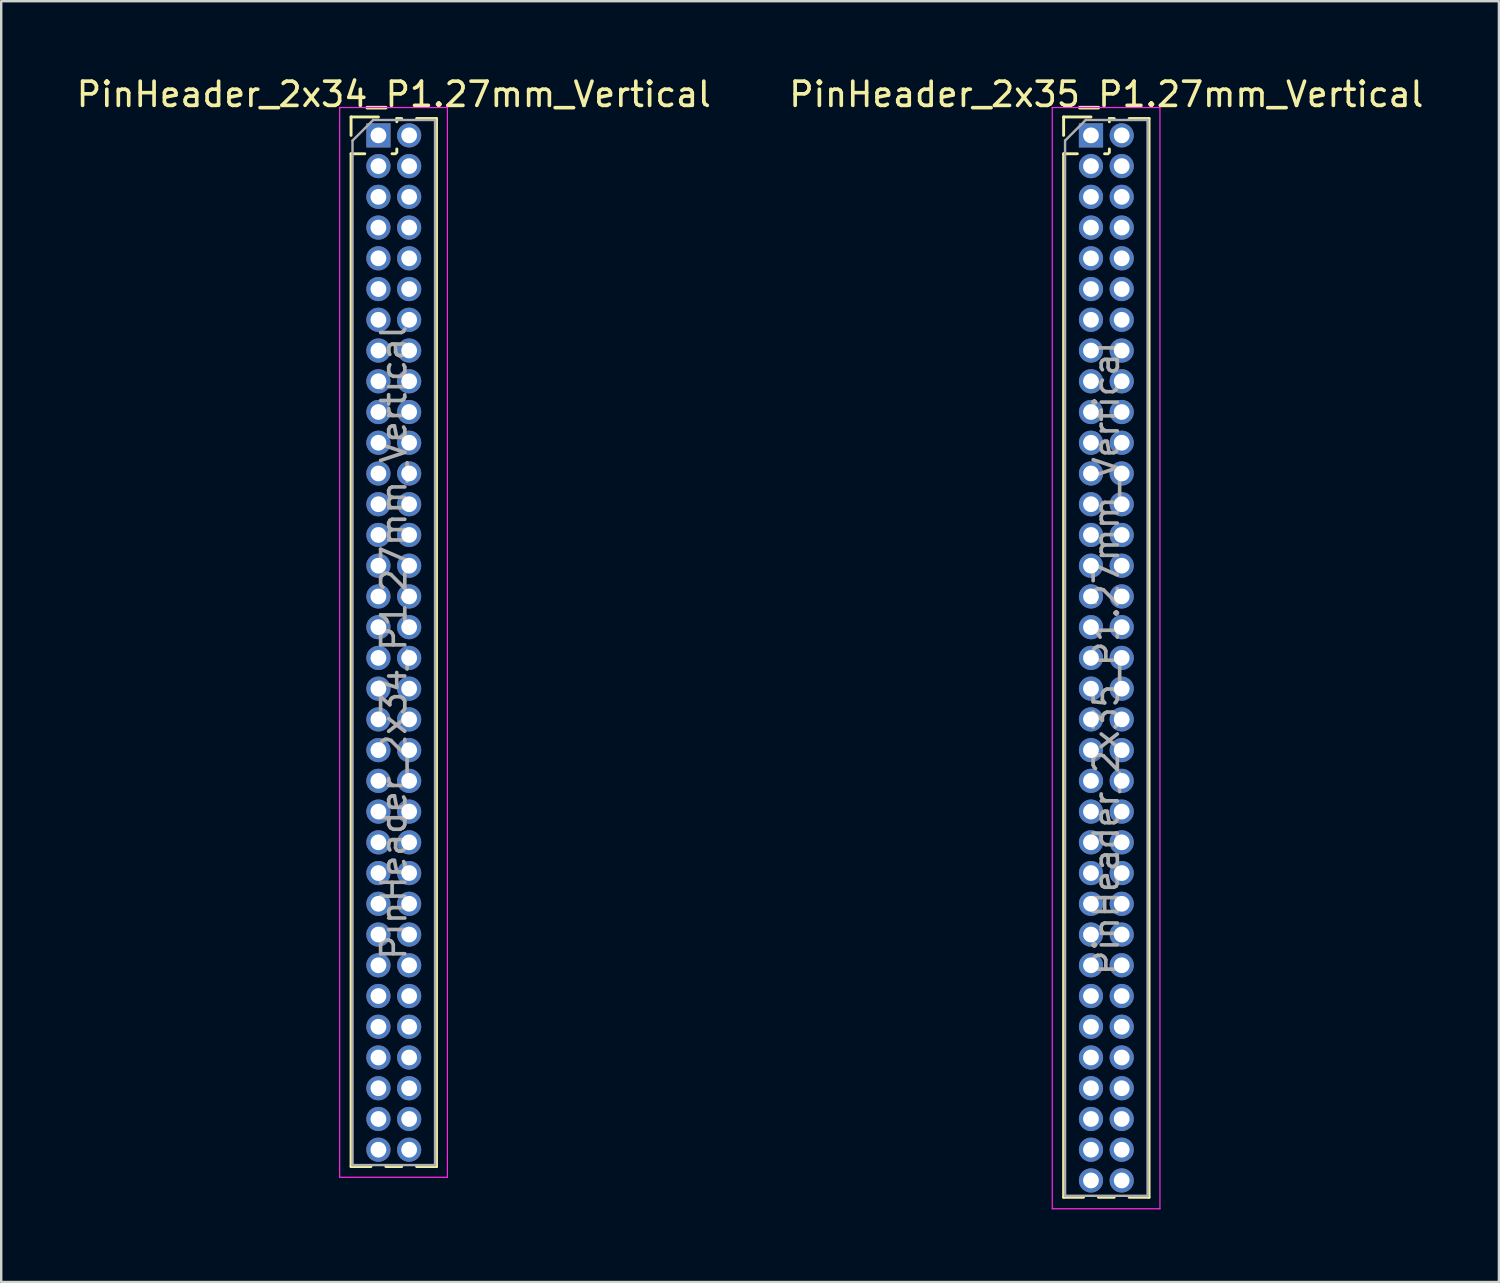
<source format=kicad_pcb>
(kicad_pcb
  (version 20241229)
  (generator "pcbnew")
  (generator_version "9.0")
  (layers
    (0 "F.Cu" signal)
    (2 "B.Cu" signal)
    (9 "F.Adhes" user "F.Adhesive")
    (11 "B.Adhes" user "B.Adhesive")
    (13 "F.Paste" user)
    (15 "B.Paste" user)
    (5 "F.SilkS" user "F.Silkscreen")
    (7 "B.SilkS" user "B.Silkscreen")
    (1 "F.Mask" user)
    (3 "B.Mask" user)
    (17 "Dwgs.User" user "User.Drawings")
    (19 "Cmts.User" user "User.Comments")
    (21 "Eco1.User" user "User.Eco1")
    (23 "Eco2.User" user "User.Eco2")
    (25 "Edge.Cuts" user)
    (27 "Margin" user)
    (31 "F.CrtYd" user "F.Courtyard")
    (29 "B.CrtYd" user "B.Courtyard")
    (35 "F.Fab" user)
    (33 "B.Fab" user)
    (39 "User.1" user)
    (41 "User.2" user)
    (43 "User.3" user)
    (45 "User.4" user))
  (footprint "PinHeader_2x34_P1.27mm_Vertical"
    (layer "F.Cu")
    (at 12.585 2.543)
    (property "Reference" "PinHeader_2x34_P1.27mm_Vertical" (at 0.635 -1.695 0) (layer "F.SilkS") (effects (font (size 1 1) (thickness 0.15))))
    (attr through_hole)
    (fp_line (start -1.13 -0.76) (end 0 -0.76) (stroke (width 0.12) (type solid)) (layer "F.SilkS"))
    (fp_line (start -1.13 0) (end -1.13 -0.76) (stroke (width 0.12) (type solid)) (layer "F.SilkS"))
    (fp_line (start -1.13 0.76) (end -1.13 42.605) (stroke (width 0.12) (type solid)) (layer "F.SilkS"))
    (fp_line (start -1.13 0.76) (end -0.563 0.76) (stroke (width 0.12) (type solid)) (layer "F.SilkS"))
    (fp_line (start -1.13 42.605) (end -0.308 42.605) (stroke (width 0.12) (type solid)) (layer "F.SilkS"))
    (fp_line (start 0.308 42.605) (end 0.962 42.605) (stroke (width 0.12) (type solid)) (layer "F.SilkS"))
    (fp_line (start 0.563 0.76) (end 0.707 0.76) (stroke (width 0.12) (type solid)) (layer "F.SilkS"))
    (fp_line (start 0.76 -0.695) (end 0.962 -0.695) (stroke (width 0.12) (type solid)) (layer "F.SilkS"))
    (fp_line (start 0.76 -0.563) (end 0.76 -0.695) (stroke (width 0.12) (type solid)) (layer "F.SilkS"))
    (fp_line (start 0.76 0.707) (end 0.76 0.563) (stroke (width 0.12) (type solid)) (layer "F.SilkS"))
    (fp_line (start 1.578 -0.695) (end 2.4 -0.695) (stroke (width 0.12) (type solid)) (layer "F.SilkS"))
    (fp_line (start 1.578 42.605) (end 2.4 42.605) (stroke (width 0.12) (type solid)) (layer "F.SilkS"))
    (fp_line (start 2.4 -0.695) (end 2.4 42.605) (stroke (width 0.12) (type solid)) (layer "F.SilkS"))
    (fp_line (start -1.6 -1.15) (end -1.6 43.05) (stroke (width 0.05) (type solid)) (layer "F.CrtYd"))
    (fp_line (start -1.6 43.05) (end 2.85 43.05) (stroke (width 0.05) (type solid)) (layer "F.CrtYd"))
    (fp_line (start 2.85 -1.15) (end -1.6 -1.15) (stroke (width 0.05) (type solid)) (layer "F.CrtYd"))
    (fp_line (start 2.85 43.05) (end 2.85 -1.15) (stroke (width 0.05) (type solid)) (layer "F.CrtYd"))
    (fp_line (start -1.07 0.217) (end -0.217 -0.635) (stroke (width 0.1) (type solid)) (layer "F.Fab"))
    (fp_line (start -1.07 42.545) (end -1.07 0.217) (stroke (width 0.1) (type solid)) (layer "F.Fab"))
    (fp_line (start -0.217 -0.635) (end 2.34 -0.635) (stroke (width 0.1) (type solid)) (layer "F.Fab"))
    (fp_line (start 2.34 -0.635) (end 2.34 42.545) (stroke (width 0.1) (type solid)) (layer "F.Fab"))
    (fp_line (start 2.34 42.545) (end -1.07 42.545) (stroke (width 0.1) (type solid)) (layer "F.Fab"))
    (fp_text user "${REFERENCE}" (at 0.635 20.955 90) (layer "F.Fab") (effects (font (size 1 1) (thickness 0.15))))
    (pad "1" thru_hole rect (at 0 0) (size 1 1) (drill 0.65) (layers "*.Cu" "*.Mask"))
    (pad "2" thru_hole oval (at 1.27 0) (size 1 1) (drill 0.65) (layers "*.Cu" "*.Mask"))
    (pad "3" thru_hole oval (at 0 1.27) (size 1 1) (drill 0.65) (layers "*.Cu" "*.Mask"))
    (pad "4" thru_hole oval (at 1.27 1.27) (size 1 1) (drill 0.65) (layers "*.Cu" "*.Mask"))
    (pad "5" thru_hole oval (at 0 2.54) (size 1 1) (drill 0.65) (layers "*.Cu" "*.Mask"))
    (pad "6" thru_hole oval (at 1.27 2.54) (size 1 1) (drill 0.65) (layers "*.Cu" "*.Mask"))
    (pad "7" thru_hole oval (at 0 3.81) (size 1 1) (drill 0.65) (layers "*.Cu" "*.Mask"))
    (pad "8" thru_hole oval (at 1.27 3.81) (size 1 1) (drill 0.65) (layers "*.Cu" "*.Mask"))
    (pad "9" thru_hole oval (at 0 5.08) (size 1 1) (drill 0.65) (layers "*.Cu" "*.Mask"))
    (pad "10" thru_hole oval (at 1.27 5.08) (size 1 1) (drill 0.65) (layers "*.Cu" "*.Mask"))
    (pad "11" thru_hole oval (at 0 6.35) (size 1 1) (drill 0.65) (layers "*.Cu" "*.Mask"))
    (pad "12" thru_hole oval (at 1.27 6.35) (size 1 1) (drill 0.65) (layers "*.Cu" "*.Mask"))
    (pad "13" thru_hole oval (at 0 7.62) (size 1 1) (drill 0.65) (layers "*.Cu" "*.Mask"))
    (pad "14" thru_hole oval (at 1.27 7.62) (size 1 1) (drill 0.65) (layers "*.Cu" "*.Mask"))
    (pad "15" thru_hole oval (at 0 8.89) (size 1 1) (drill 0.65) (layers "*.Cu" "*.Mask"))
    (pad "16" thru_hole oval (at 1.27 8.89) (size 1 1) (drill 0.65) (layers "*.Cu" "*.Mask"))
    (pad "17" thru_hole oval (at 0 10.16) (size 1 1) (drill 0.65) (layers "*.Cu" "*.Mask"))
    (pad "18" thru_hole oval (at 1.27 10.16) (size 1 1) (drill 0.65) (layers "*.Cu" "*.Mask"))
    (pad "19" thru_hole oval (at 0 11.43) (size 1 1) (drill 0.65) (layers "*.Cu" "*.Mask"))
    (pad "20" thru_hole oval (at 1.27 11.43) (size 1 1) (drill 0.65) (layers "*.Cu" "*.Mask"))
    (pad "21" thru_hole oval (at 0 12.7) (size 1 1) (drill 0.65) (layers "*.Cu" "*.Mask"))
    (pad "22" thru_hole oval (at 1.27 12.7) (size 1 1) (drill 0.65) (layers "*.Cu" "*.Mask"))
    (pad "23" thru_hole oval (at 0 13.97) (size 1 1) (drill 0.65) (layers "*.Cu" "*.Mask"))
    (pad "24" thru_hole oval (at 1.27 13.97) (size 1 1) (drill 0.65) (layers "*.Cu" "*.Mask"))
    (pad "25" thru_hole oval (at 0 15.24) (size 1 1) (drill 0.65) (layers "*.Cu" "*.Mask"))
    (pad "26" thru_hole oval (at 1.27 15.24) (size 1 1) (drill 0.65) (layers "*.Cu" "*.Mask"))
    (pad "27" thru_hole oval (at 0 16.51) (size 1 1) (drill 0.65) (layers "*.Cu" "*.Mask"))
    (pad "28" thru_hole oval (at 1.27 16.51) (size 1 1) (drill 0.65) (layers "*.Cu" "*.Mask"))
    (pad "29" thru_hole oval (at 0 17.78) (size 1 1) (drill 0.65) (layers "*.Cu" "*.Mask"))
    (pad "30" thru_hole oval (at 1.27 17.78) (size 1 1) (drill 0.65) (layers "*.Cu" "*.Mask"))
    (pad "31" thru_hole oval (at 0 19.05) (size 1 1) (drill 0.65) (layers "*.Cu" "*.Mask"))
    (pad "32" thru_hole oval (at 1.27 19.05) (size 1 1) (drill 0.65) (layers "*.Cu" "*.Mask"))
    (pad "33" thru_hole oval (at 0 20.32) (size 1 1) (drill 0.65) (layers "*.Cu" "*.Mask"))
    (pad "34" thru_hole oval (at 1.27 20.32) (size 1 1) (drill 0.65) (layers "*.Cu" "*.Mask"))
    (pad "35" thru_hole oval (at 0 21.59) (size 1 1) (drill 0.65) (layers "*.Cu" "*.Mask"))
    (pad "36" thru_hole oval (at 1.27 21.59) (size 1 1) (drill 0.65) (layers "*.Cu" "*.Mask"))
    (pad "37" thru_hole oval (at 0 22.86) (size 1 1) (drill 0.65) (layers "*.Cu" "*.Mask"))
    (pad "38" thru_hole oval (at 1.27 22.86) (size 1 1) (drill 0.65) (layers "*.Cu" "*.Mask"))
    (pad "39" thru_hole oval (at 0 24.13) (size 1 1) (drill 0.65) (layers "*.Cu" "*.Mask"))
    (pad "40" thru_hole oval (at 1.27 24.13) (size 1 1) (drill 0.65) (layers "*.Cu" "*.Mask"))
    (pad "41" thru_hole oval (at 0 25.4) (size 1 1) (drill 0.65) (layers "*.Cu" "*.Mask"))
    (pad "42" thru_hole oval (at 1.27 25.4) (size 1 1) (drill 0.65) (layers "*.Cu" "*.Mask"))
    (pad "43" thru_hole oval (at 0 26.67) (size 1 1) (drill 0.65) (layers "*.Cu" "*.Mask"))
    (pad "44" thru_hole oval (at 1.27 26.67) (size 1 1) (drill 0.65) (layers "*.Cu" "*.Mask"))
    (pad "45" thru_hole oval (at 0 27.94) (size 1 1) (drill 0.65) (layers "*.Cu" "*.Mask"))
    (pad "46" thru_hole oval (at 1.27 27.94) (size 1 1) (drill 0.65) (layers "*.Cu" "*.Mask"))
    (pad "47" thru_hole oval (at 0 29.21) (size 1 1) (drill 0.65) (layers "*.Cu" "*.Mask"))
    (pad "48" thru_hole oval (at 1.27 29.21) (size 1 1) (drill 0.65) (layers "*.Cu" "*.Mask"))
    (pad "49" thru_hole oval (at 0 30.48) (size 1 1) (drill 0.65) (layers "*.Cu" "*.Mask"))
    (pad "50" thru_hole oval (at 1.27 30.48) (size 1 1) (drill 0.65) (layers "*.Cu" "*.Mask"))
    (pad "51" thru_hole oval (at 0 31.75) (size 1 1) (drill 0.65) (layers "*.Cu" "*.Mask"))
    (pad "52" thru_hole oval (at 1.27 31.75) (size 1 1) (drill 0.65) (layers "*.Cu" "*.Mask"))
    (pad "53" thru_hole oval (at 0 33.02) (size 1 1) (drill 0.65) (layers "*.Cu" "*.Mask"))
    (pad "54" thru_hole oval (at 1.27 33.02) (size 1 1) (drill 0.65) (layers "*.Cu" "*.Mask"))
    (pad "55" thru_hole oval (at 0 34.29) (size 1 1) (drill 0.65) (layers "*.Cu" "*.Mask"))
    (pad "56" thru_hole oval (at 1.27 34.29) (size 1 1) (drill 0.65) (layers "*.Cu" "*.Mask"))
    (pad "57" thru_hole oval (at 0 35.56) (size 1 1) (drill 0.65) (layers "*.Cu" "*.Mask"))
    (pad "58" thru_hole oval (at 1.27 35.56) (size 1 1) (drill 0.65) (layers "*.Cu" "*.Mask"))
    (pad "59" thru_hole oval (at 0 36.83) (size 1 1) (drill 0.65) (layers "*.Cu" "*.Mask"))
    (pad "60" thru_hole oval (at 1.27 36.83) (size 1 1) (drill 0.65) (layers "*.Cu" "*.Mask"))
    (pad "61" thru_hole oval (at 0 38.1) (size 1 1) (drill 0.65) (layers "*.Cu" "*.Mask"))
    (pad "62" thru_hole oval (at 1.27 38.1) (size 1 1) (drill 0.65) (layers "*.Cu" "*.Mask"))
    (pad "63" thru_hole oval (at 0 39.37) (size 1 1) (drill 0.65) (layers "*.Cu" "*.Mask"))
    (pad "64" thru_hole oval (at 1.27 39.37) (size 1 1) (drill 0.65) (layers "*.Cu" "*.Mask"))
    (pad "65" thru_hole oval (at 0 40.64) (size 1 1) (drill 0.65) (layers "*.Cu" "*.Mask"))
    (pad "66" thru_hole oval (at 1.27 40.64) (size 1 1) (drill 0.65) (layers "*.Cu" "*.Mask"))
    (pad "67" thru_hole oval (at 0 41.91) (size 1 1) (drill 0.65) (layers "*.Cu" "*.Mask"))
    (pad "68" thru_hole oval (at 1.27 41.91) (size 1 1) (drill 0.65) (layers "*.Cu" "*.Mask")))
  (footprint "PinHeader_2x35_P1.27mm_Vertical"
    (layer "F.Cu")
    (at 42.026 2.543)
    (property "Reference" "PinHeader_2x35_P1.27mm_Vertical" (at 0.635 -1.695 0) (layer "F.SilkS") (effects (font (size 1 1) (thickness 0.15))))
    (attr through_hole)
    (fp_line (start -1.13 -0.76) (end 0 -0.76) (stroke (width 0.12) (type solid)) (layer "F.SilkS"))
    (fp_line (start -1.13 0) (end -1.13 -0.76) (stroke (width 0.12) (type solid)) (layer "F.SilkS"))
    (fp_line (start -1.13 0.76) (end -1.13 43.875) (stroke (width 0.12) (type solid)) (layer "F.SilkS"))
    (fp_line (start -1.13 0.76) (end -0.563 0.76) (stroke (width 0.12) (type solid)) (layer "F.SilkS"))
    (fp_line (start -1.13 43.875) (end -0.308 43.875) (stroke (width 0.12) (type solid)) (layer "F.SilkS"))
    (fp_line (start 0.308 43.875) (end 0.962 43.875) (stroke (width 0.12) (type solid)) (layer "F.SilkS"))
    (fp_line (start 0.563 0.76) (end 0.707 0.76) (stroke (width 0.12) (type solid)) (layer "F.SilkS"))
    (fp_line (start 0.76 -0.695) (end 0.962 -0.695) (stroke (width 0.12) (type solid)) (layer "F.SilkS"))
    (fp_line (start 0.76 -0.563) (end 0.76 -0.695) (stroke (width 0.12) (type solid)) (layer "F.SilkS"))
    (fp_line (start 0.76 0.707) (end 0.76 0.563) (stroke (width 0.12) (type solid)) (layer "F.SilkS"))
    (fp_line (start 1.578 -0.695) (end 2.4 -0.695) (stroke (width 0.12) (type solid)) (layer "F.SilkS"))
    (fp_line (start 1.578 43.875) (end 2.4 43.875) (stroke (width 0.12) (type solid)) (layer "F.SilkS"))
    (fp_line (start 2.4 -0.695) (end 2.4 43.875) (stroke (width 0.12) (type solid)) (layer "F.SilkS"))
    (fp_line (start -1.6 -1.15) (end -1.6 44.35) (stroke (width 0.05) (type solid)) (layer "F.CrtYd"))
    (fp_line (start -1.6 44.35) (end 2.85 44.35) (stroke (width 0.05) (type solid)) (layer "F.CrtYd"))
    (fp_line (start 2.85 -1.15) (end -1.6 -1.15) (stroke (width 0.05) (type solid)) (layer "F.CrtYd"))
    (fp_line (start 2.85 44.35) (end 2.85 -1.15) (stroke (width 0.05) (type solid)) (layer "F.CrtYd"))
    (fp_line (start -1.07 0.217) (end -0.217 -0.635) (stroke (width 0.1) (type solid)) (layer "F.Fab"))
    (fp_line (start -1.07 43.815) (end -1.07 0.217) (stroke (width 0.1) (type solid)) (layer "F.Fab"))
    (fp_line (start -0.217 -0.635) (end 2.34 -0.635) (stroke (width 0.1) (type solid)) (layer "F.Fab"))
    (fp_line (start 2.34 -0.635) (end 2.34 43.815) (stroke (width 0.1) (type solid)) (layer "F.Fab"))
    (fp_line (start 2.34 43.815) (end -1.07 43.815) (stroke (width 0.1) (type solid)) (layer "F.Fab"))
    (fp_text user "${REFERENCE}" (at 0.635 21.59 90) (layer "F.Fab") (effects (font (size 1 1) (thickness 0.15))))
    (pad "1" thru_hole rect (at 0 0) (size 1 1) (drill 0.65) (layers "*.Cu" "*.Mask"))
    (pad "2" thru_hole oval (at 1.27 0) (size 1 1) (drill 0.65) (layers "*.Cu" "*.Mask"))
    (pad "3" thru_hole oval (at 0 1.27) (size 1 1) (drill 0.65) (layers "*.Cu" "*.Mask"))
    (pad "4" thru_hole oval (at 1.27 1.27) (size 1 1) (drill 0.65) (layers "*.Cu" "*.Mask"))
    (pad "5" thru_hole oval (at 0 2.54) (size 1 1) (drill 0.65) (layers "*.Cu" "*.Mask"))
    (pad "6" thru_hole oval (at 1.27 2.54) (size 1 1) (drill 0.65) (layers "*.Cu" "*.Mask"))
    (pad "7" thru_hole oval (at 0 3.81) (size 1 1) (drill 0.65) (layers "*.Cu" "*.Mask"))
    (pad "8" thru_hole oval (at 1.27 3.81) (size 1 1) (drill 0.65) (layers "*.Cu" "*.Mask"))
    (pad "9" thru_hole oval (at 0 5.08) (size 1 1) (drill 0.65) (layers "*.Cu" "*.Mask"))
    (pad "10" thru_hole oval (at 1.27 5.08) (size 1 1) (drill 0.65) (layers "*.Cu" "*.Mask"))
    (pad "11" thru_hole oval (at 0 6.35) (size 1 1) (drill 0.65) (layers "*.Cu" "*.Mask"))
    (pad "12" thru_hole oval (at 1.27 6.35) (size 1 1) (drill 0.65) (layers "*.Cu" "*.Mask"))
    (pad "13" thru_hole oval (at 0 7.62) (size 1 1) (drill 0.65) (layers "*.Cu" "*.Mask"))
    (pad "14" thru_hole oval (at 1.27 7.62) (size 1 1) (drill 0.65) (layers "*.Cu" "*.Mask"))
    (pad "15" thru_hole oval (at 0 8.89) (size 1 1) (drill 0.65) (layers "*.Cu" "*.Mask"))
    (pad "16" thru_hole oval (at 1.27 8.89) (size 1 1) (drill 0.65) (layers "*.Cu" "*.Mask"))
    (pad "17" thru_hole oval (at 0 10.16) (size 1 1) (drill 0.65) (layers "*.Cu" "*.Mask"))
    (pad "18" thru_hole oval (at 1.27 10.16) (size 1 1) (drill 0.65) (layers "*.Cu" "*.Mask"))
    (pad "19" thru_hole oval (at 0 11.43) (size 1 1) (drill 0.65) (layers "*.Cu" "*.Mask"))
    (pad "20" thru_hole oval (at 1.27 11.43) (size 1 1) (drill 0.65) (layers "*.Cu" "*.Mask"))
    (pad "21" thru_hole oval (at 0 12.7) (size 1 1) (drill 0.65) (layers "*.Cu" "*.Mask"))
    (pad "22" thru_hole oval (at 1.27 12.7) (size 1 1) (drill 0.65) (layers "*.Cu" "*.Mask"))
    (pad "23" thru_hole oval (at 0 13.97) (size 1 1) (drill 0.65) (layers "*.Cu" "*.Mask"))
    (pad "24" thru_hole oval (at 1.27 13.97) (size 1 1) (drill 0.65) (layers "*.Cu" "*.Mask"))
    (pad "25" thru_hole oval (at 0 15.24) (size 1 1) (drill 0.65) (layers "*.Cu" "*.Mask"))
    (pad "26" thru_hole oval (at 1.27 15.24) (size 1 1) (drill 0.65) (layers "*.Cu" "*.Mask"))
    (pad "27" thru_hole oval (at 0 16.51) (size 1 1) (drill 0.65) (layers "*.Cu" "*.Mask"))
    (pad "28" thru_hole oval (at 1.27 16.51) (size 1 1) (drill 0.65) (layers "*.Cu" "*.Mask"))
    (pad "29" thru_hole oval (at 0 17.78) (size 1 1) (drill 0.65) (layers "*.Cu" "*.Mask"))
    (pad "30" thru_hole oval (at 1.27 17.78) (size 1 1) (drill 0.65) (layers "*.Cu" "*.Mask"))
    (pad "31" thru_hole oval (at 0 19.05) (size 1 1) (drill 0.65) (layers "*.Cu" "*.Mask"))
    (pad "32" thru_hole oval (at 1.27 19.05) (size 1 1) (drill 0.65) (layers "*.Cu" "*.Mask"))
    (pad "33" thru_hole oval (at 0 20.32) (size 1 1) (drill 0.65) (layers "*.Cu" "*.Mask"))
    (pad "34" thru_hole oval (at 1.27 20.32) (size 1 1) (drill 0.65) (layers "*.Cu" "*.Mask"))
    (pad "35" thru_hole oval (at 0 21.59) (size 1 1) (drill 0.65) (layers "*.Cu" "*.Mask"))
    (pad "36" thru_hole oval (at 1.27 21.59) (size 1 1) (drill 0.65) (layers "*.Cu" "*.Mask"))
    (pad "37" thru_hole oval (at 0 22.86) (size 1 1) (drill 0.65) (layers "*.Cu" "*.Mask"))
    (pad "38" thru_hole oval (at 1.27 22.86) (size 1 1) (drill 0.65) (layers "*.Cu" "*.Mask"))
    (pad "39" thru_hole oval (at 0 24.13) (size 1 1) (drill 0.65) (layers "*.Cu" "*.Mask"))
    (pad "40" thru_hole oval (at 1.27 24.13) (size 1 1) (drill 0.65) (layers "*.Cu" "*.Mask"))
    (pad "41" thru_hole oval (at 0 25.4) (size 1 1) (drill 0.65) (layers "*.Cu" "*.Mask"))
    (pad "42" thru_hole oval (at 1.27 25.4) (size 1 1) (drill 0.65) (layers "*.Cu" "*.Mask"))
    (pad "43" thru_hole oval (at 0 26.67) (size 1 1) (drill 0.65) (layers "*.Cu" "*.Mask"))
    (pad "44" thru_hole oval (at 1.27 26.67) (size 1 1) (drill 0.65) (layers "*.Cu" "*.Mask"))
    (pad "45" thru_hole oval (at 0 27.94) (size 1 1) (drill 0.65) (layers "*.Cu" "*.Mask"))
    (pad "46" thru_hole oval (at 1.27 27.94) (size 1 1) (drill 0.65) (layers "*.Cu" "*.Mask"))
    (pad "47" thru_hole oval (at 0 29.21) (size 1 1) (drill 0.65) (layers "*.Cu" "*.Mask"))
    (pad "48" thru_hole oval (at 1.27 29.21) (size 1 1) (drill 0.65) (layers "*.Cu" "*.Mask"))
    (pad "49" thru_hole oval (at 0 30.48) (size 1 1) (drill 0.65) (layers "*.Cu" "*.Mask"))
    (pad "50" thru_hole oval (at 1.27 30.48) (size 1 1) (drill 0.65) (layers "*.Cu" "*.Mask"))
    (pad "51" thru_hole oval (at 0 31.75) (size 1 1) (drill 0.65) (layers "*.Cu" "*.Mask"))
    (pad "52" thru_hole oval (at 1.27 31.75) (size 1 1) (drill 0.65) (layers "*.Cu" "*.Mask"))
    (pad "53" thru_hole oval (at 0 33.02) (size 1 1) (drill 0.65) (layers "*.Cu" "*.Mask"))
    (pad "54" thru_hole oval (at 1.27 33.02) (size 1 1) (drill 0.65) (layers "*.Cu" "*.Mask"))
    (pad "55" thru_hole oval (at 0 34.29) (size 1 1) (drill 0.65) (layers "*.Cu" "*.Mask"))
    (pad "56" thru_hole oval (at 1.27 34.29) (size 1 1) (drill 0.65) (layers "*.Cu" "*.Mask"))
    (pad "57" thru_hole oval (at 0 35.56) (size 1 1) (drill 0.65) (layers "*.Cu" "*.Mask"))
    (pad "58" thru_hole oval (at 1.27 35.56) (size 1 1) (drill 0.65) (layers "*.Cu" "*.Mask"))
    (pad "59" thru_hole oval (at 0 36.83) (size 1 1) (drill 0.65) (layers "*.Cu" "*.Mask"))
    (pad "60" thru_hole oval (at 1.27 36.83) (size 1 1) (drill 0.65) (layers "*.Cu" "*.Mask"))
    (pad "61" thru_hole oval (at 0 38.1) (size 1 1) (drill 0.65) (layers "*.Cu" "*.Mask"))
    (pad "62" thru_hole oval (at 1.27 38.1) (size 1 1) (drill 0.65) (layers "*.Cu" "*.Mask"))
    (pad "63" thru_hole oval (at 0 39.37) (size 1 1) (drill 0.65) (layers "*.Cu" "*.Mask"))
    (pad "64" thru_hole oval (at 1.27 39.37) (size 1 1) (drill 0.65) (layers "*.Cu" "*.Mask"))
    (pad "65" thru_hole oval (at 0 40.64) (size 1 1) (drill 0.65) (layers "*.Cu" "*.Mask"))
    (pad "66" thru_hole oval (at 1.27 40.64) (size 1 1) (drill 0.65) (layers "*.Cu" "*.Mask"))
    (pad "67" thru_hole oval (at 0 41.91) (size 1 1) (drill 0.65) (layers "*.Cu" "*.Mask"))
    (pad "68" thru_hole oval (at 1.27 41.91) (size 1 1) (drill 0.65) (layers "*.Cu" "*.Mask"))
    (pad "69" thru_hole oval (at 0 43.18) (size 1 1) (drill 0.65) (layers "*.Cu" "*.Mask"))
    (pad "70" thru_hole oval (at 1.27 43.18) (size 1 1) (drill 0.65) (layers "*.Cu" "*.Mask")))
  (gr_rect
    (start -3 -3)
    (end 58.881 49.918)
    (stroke (width 0.1) (type default))
    (fill no)
    (layer "Edge.Cuts")))
</source>
